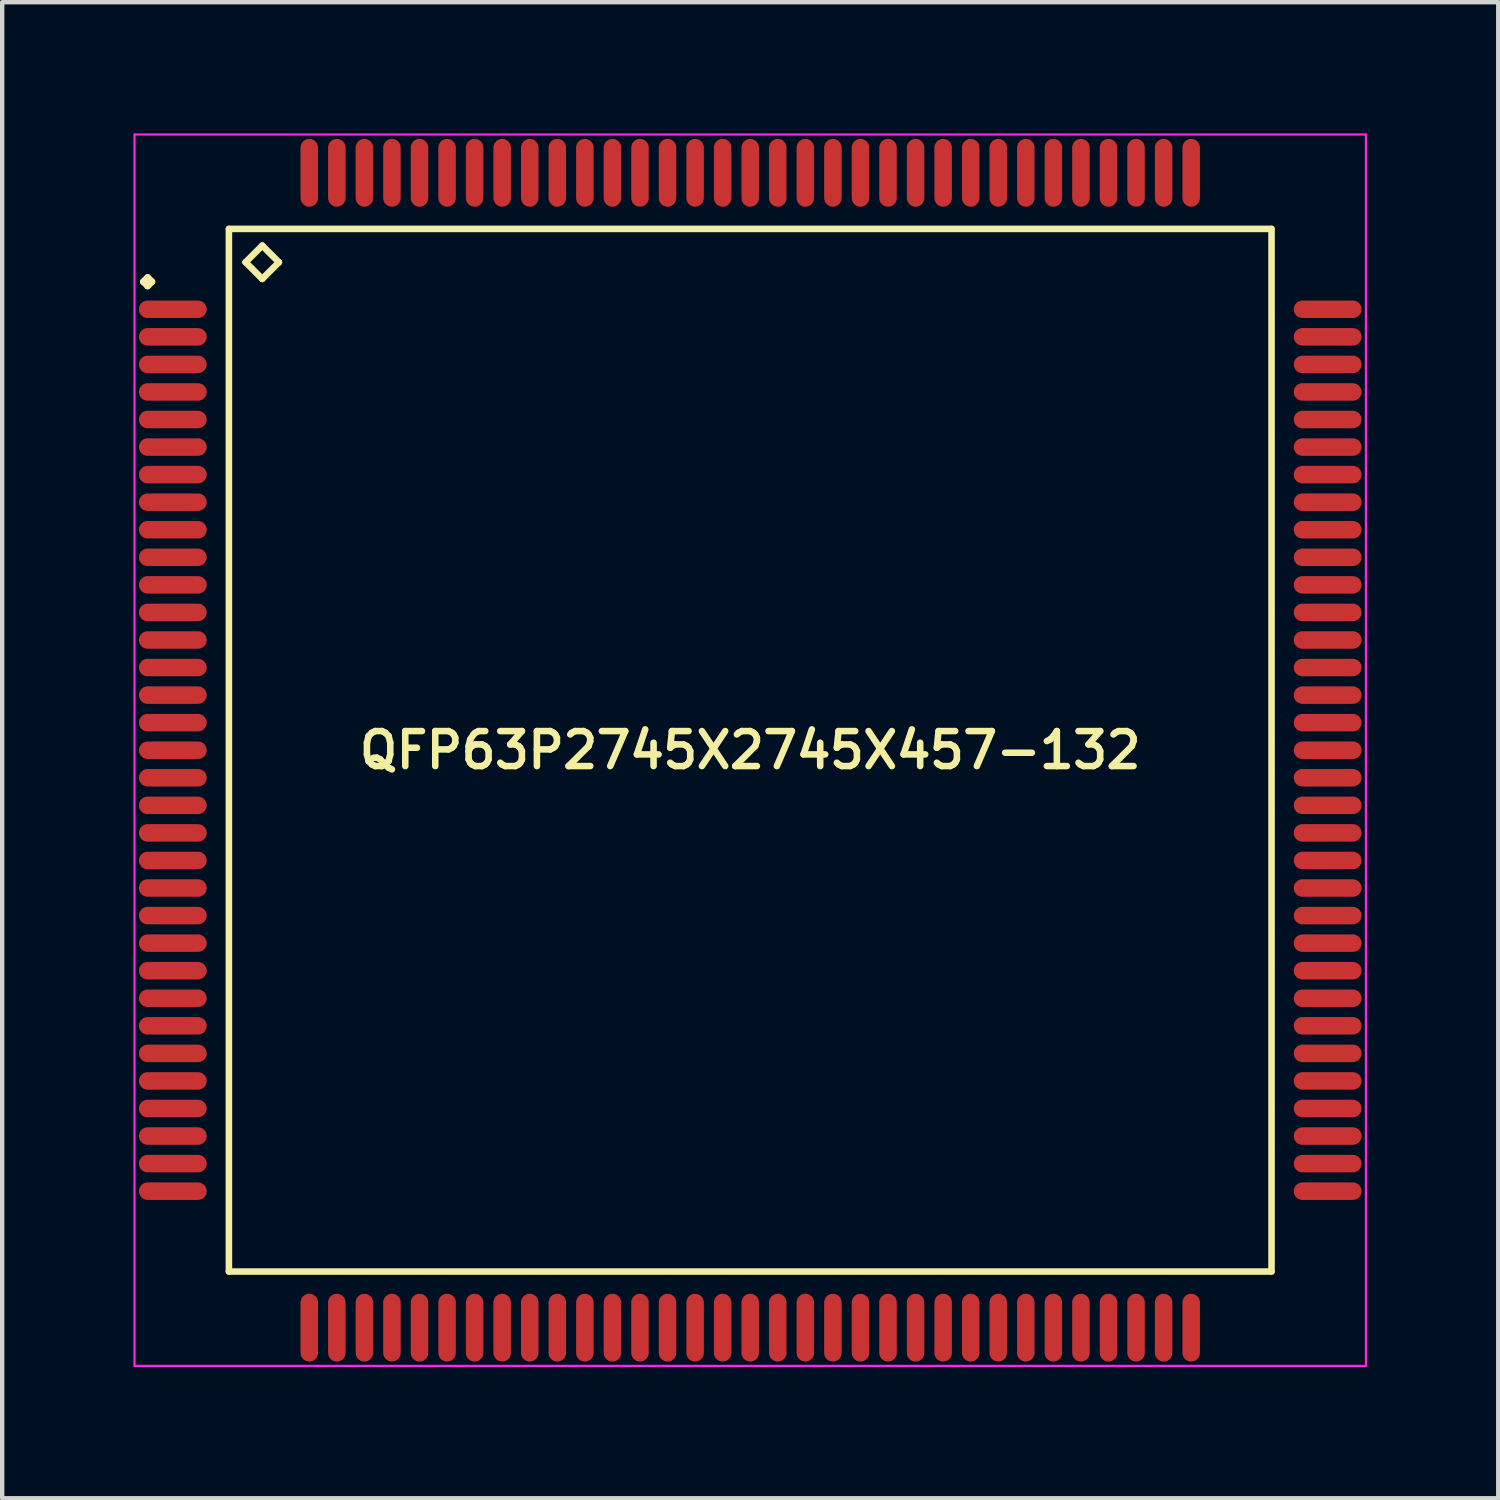
<source format=kicad_pcb>
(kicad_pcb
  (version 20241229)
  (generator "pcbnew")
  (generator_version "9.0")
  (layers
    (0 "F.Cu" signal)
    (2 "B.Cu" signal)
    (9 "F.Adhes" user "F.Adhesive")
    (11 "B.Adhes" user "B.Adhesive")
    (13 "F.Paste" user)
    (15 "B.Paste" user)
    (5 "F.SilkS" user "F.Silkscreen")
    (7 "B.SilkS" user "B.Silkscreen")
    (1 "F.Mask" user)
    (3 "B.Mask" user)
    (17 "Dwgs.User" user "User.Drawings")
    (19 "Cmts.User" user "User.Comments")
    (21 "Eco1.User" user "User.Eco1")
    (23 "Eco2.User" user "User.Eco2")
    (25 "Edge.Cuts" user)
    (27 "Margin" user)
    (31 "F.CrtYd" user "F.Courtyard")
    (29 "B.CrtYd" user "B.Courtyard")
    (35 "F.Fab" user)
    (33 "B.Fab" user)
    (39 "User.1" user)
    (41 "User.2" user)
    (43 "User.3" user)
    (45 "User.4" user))
  (footprint "QFP63P2745X2745X457-132"
    (layer "F.Cu")
    (at 14.1 14.1)
    (property "Reference" "QFP63P2745X2745X457-132" (at 0 0 0) (layer "F.SilkS") (effects (font (size 0.8 0.8) (thickness 0.15))))
    (attr smd)
    (fp_line (start -13.875 -10.71) (end -13.775 -10.81) (stroke (width 0.15) (type solid)) (layer "F.SilkS"))
    (fp_line (start -13.775 -10.81) (end -13.675 -10.71) (stroke (width 0.15) (type solid)) (layer "F.SilkS"))
    (fp_line (start -13.775 -10.61) (end -13.875 -10.71) (stroke (width 0.15) (type solid)) (layer "F.SilkS"))
    (fp_line (start -13.675 -10.71) (end -13.775 -10.61) (stroke (width 0.15) (type solid)) (layer "F.SilkS"))
    (fp_line (start -11.917 -11.917) (end -11.917 11.917) (stroke (width 0.15) (type solid)) (layer "F.SilkS"))
    (fp_line (start -11.917 11.917) (end 11.917 11.917) (stroke (width 0.15) (type solid)) (layer "F.SilkS"))
    (fp_line (start -11.536 -11.155) (end -11.155 -11.536) (stroke (width 0.15) (type solid)) (layer "F.SilkS"))
    (fp_line (start -11.155 -11.536) (end -10.774 -11.155) (stroke (width 0.15) (type solid)) (layer "F.SilkS"))
    (fp_line (start -11.155 -10.774) (end -11.536 -11.155) (stroke (width 0.15) (type solid)) (layer "F.SilkS"))
    (fp_line (start -10.774 -11.155) (end -11.155 -10.774) (stroke (width 0.15) (type solid)) (layer "F.SilkS"))
    (fp_line (start 11.917 -11.917) (end -11.917 -11.917) (stroke (width 0.15) (type solid)) (layer "F.SilkS"))
    (fp_line (start 11.917 11.917) (end 11.917 -11.917) (stroke (width 0.15) (type solid)) (layer "F.SilkS"))
    (fp_line (start -14.075 -14.075) (end 14.075 -14.075) (stroke (width 0.05) (type solid)) (layer "F.CrtYd"))
    (fp_line (start -14.075 14.075) (end -14.075 -14.075) (stroke (width 0.05) (type solid)) (layer "F.CrtYd"))
    (fp_line (start 14.075 -14.075) (end 14.075 14.075) (stroke (width 0.05) (type solid)) (layer "F.CrtYd"))
    (fp_line (start 14.075 14.075) (end -14.075 14.075) (stroke (width 0.05) (type solid)) (layer "F.CrtYd"))
    (pad "1" smd oval (at -13.2 -10.08) (size 1.55 0.4) (layers "F.Cu" "F.Mask" "F.Paste"))
    (pad "2" smd oval (at -13.2 -9.45) (size 1.55 0.4) (layers "F.Cu" "F.Mask" "F.Paste"))
    (pad "3" smd oval (at -13.2 -8.82) (size 1.55 0.4) (layers "F.Cu" "F.Mask" "F.Paste"))
    (pad "4" smd oval (at -13.2 -8.19) (size 1.55 0.4) (layers "F.Cu" "F.Mask" "F.Paste"))
    (pad "5" smd oval (at -13.2 -7.56) (size 1.55 0.4) (layers "F.Cu" "F.Mask" "F.Paste"))
    (pad "6" smd oval (at -13.2 -6.93) (size 1.55 0.4) (layers "F.Cu" "F.Mask" "F.Paste"))
    (pad "7" smd oval (at -13.2 -6.3) (size 1.55 0.4) (layers "F.Cu" "F.Mask" "F.Paste"))
    (pad "8" smd oval (at -13.2 -5.67) (size 1.55 0.4) (layers "F.Cu" "F.Mask" "F.Paste"))
    (pad "9" smd oval (at -13.2 -5.04) (size 1.55 0.4) (layers "F.Cu" "F.Mask" "F.Paste"))
    (pad "10" smd oval (at -13.2 -4.41) (size 1.55 0.4) (layers "F.Cu" "F.Mask" "F.Paste"))
    (pad "11" smd oval (at -13.2 -3.78) (size 1.55 0.4) (layers "F.Cu" "F.Mask" "F.Paste"))
    (pad "12" smd oval (at -13.2 -3.15) (size 1.55 0.4) (layers "F.Cu" "F.Mask" "F.Paste"))
    (pad "13" smd oval (at -13.2 -2.52) (size 1.55 0.4) (layers "F.Cu" "F.Mask" "F.Paste"))
    (pad "14" smd oval (at -13.2 -1.89) (size 1.55 0.4) (layers "F.Cu" "F.Mask" "F.Paste"))
    (pad "15" smd oval (at -13.2 -1.26) (size 1.55 0.4) (layers "F.Cu" "F.Mask" "F.Paste"))
    (pad "16" smd oval (at -13.2 -0.63) (size 1.55 0.4) (layers "F.Cu" "F.Mask" "F.Paste"))
    (pad "17" smd oval (at -13.2 0) (size 1.55 0.4) (layers "F.Cu" "F.Mask" "F.Paste"))
    (pad "18" smd oval (at -13.2 0.63) (size 1.55 0.4) (layers "F.Cu" "F.Mask" "F.Paste"))
    (pad "19" smd oval (at -13.2 1.26) (size 1.55 0.4) (layers "F.Cu" "F.Mask" "F.Paste"))
    (pad "20" smd oval (at -13.2 1.89) (size 1.55 0.4) (layers "F.Cu" "F.Mask" "F.Paste"))
    (pad "21" smd oval (at -13.2 2.52) (size 1.55 0.4) (layers "F.Cu" "F.Mask" "F.Paste"))
    (pad "22" smd oval (at -13.2 3.15) (size 1.55 0.4) (layers "F.Cu" "F.Mask" "F.Paste"))
    (pad "23" smd oval (at -13.2 3.78) (size 1.55 0.4) (layers "F.Cu" "F.Mask" "F.Paste"))
    (pad "24" smd oval (at -13.2 4.41) (size 1.55 0.4) (layers "F.Cu" "F.Mask" "F.Paste"))
    (pad "25" smd oval (at -13.2 5.04) (size 1.55 0.4) (layers "F.Cu" "F.Mask" "F.Paste"))
    (pad "26" smd oval (at -13.2 5.67) (size 1.55 0.4) (layers "F.Cu" "F.Mask" "F.Paste"))
    (pad "27" smd oval (at -13.2 6.3) (size 1.55 0.4) (layers "F.Cu" "F.Mask" "F.Paste"))
    (pad "28" smd oval (at -13.2 6.93) (size 1.55 0.4) (layers "F.Cu" "F.Mask" "F.Paste"))
    (pad "29" smd oval (at -13.2 7.56) (size 1.55 0.4) (layers "F.Cu" "F.Mask" "F.Paste"))
    (pad "30" smd oval (at -13.2 8.19) (size 1.55 0.4) (layers "F.Cu" "F.Mask" "F.Paste"))
    (pad "31" smd oval (at -13.2 8.82) (size 1.55 0.4) (layers "F.Cu" "F.Mask" "F.Paste"))
    (pad "32" smd oval (at -13.2 9.45) (size 1.55 0.4) (layers "F.Cu" "F.Mask" "F.Paste"))
    (pad "33" smd oval (at -13.2 10.08) (size 1.55 0.4) (layers "F.Cu" "F.Mask" "F.Paste"))
    (pad "34" smd oval (at -10.08 13.2) (size 0.4 1.55) (layers "F.Cu" "F.Mask" "F.Paste"))
    (pad "35" smd oval (at -9.45 13.2) (size 0.4 1.55) (layers "F.Cu" "F.Mask" "F.Paste"))
    (pad "36" smd oval (at -8.82 13.2) (size 0.4 1.55) (layers "F.Cu" "F.Mask" "F.Paste"))
    (pad "37" smd oval (at -8.19 13.2) (size 0.4 1.55) (layers "F.Cu" "F.Mask" "F.Paste"))
    (pad "38" smd oval (at -7.56 13.2) (size 0.4 1.55) (layers "F.Cu" "F.Mask" "F.Paste"))
    (pad "39" smd oval (at -6.93 13.2) (size 0.4 1.55) (layers "F.Cu" "F.Mask" "F.Paste"))
    (pad "40" smd oval (at -6.3 13.2) (size 0.4 1.55) (layers "F.Cu" "F.Mask" "F.Paste"))
    (pad "41" smd oval (at -5.67 13.2) (size 0.4 1.55) (layers "F.Cu" "F.Mask" "F.Paste"))
    (pad "42" smd oval (at -5.04 13.2) (size 0.4 1.55) (layers "F.Cu" "F.Mask" "F.Paste"))
    (pad "43" smd oval (at -4.41 13.2) (size 0.4 1.55) (layers "F.Cu" "F.Mask" "F.Paste"))
    (pad "44" smd oval (at -3.78 13.2) (size 0.4 1.55) (layers "F.Cu" "F.Mask" "F.Paste"))
    (pad "45" smd oval (at -3.15 13.2) (size 0.4 1.55) (layers "F.Cu" "F.Mask" "F.Paste"))
    (pad "46" smd oval (at -2.52 13.2) (size 0.4 1.55) (layers "F.Cu" "F.Mask" "F.Paste"))
    (pad "47" smd oval (at -1.89 13.2) (size 0.4 1.55) (layers "F.Cu" "F.Mask" "F.Paste"))
    (pad "48" smd oval (at -1.26 13.2) (size 0.4 1.55) (layers "F.Cu" "F.Mask" "F.Paste"))
    (pad "49" smd oval (at -0.63 13.2) (size 0.4 1.55) (layers "F.Cu" "F.Mask" "F.Paste"))
    (pad "50" smd oval (at 0 13.2) (size 0.4 1.55) (layers "F.Cu" "F.Mask" "F.Paste"))
    (pad "51" smd oval (at 0.63 13.2) (size 0.4 1.55) (layers "F.Cu" "F.Mask" "F.Paste"))
    (pad "52" smd oval (at 1.26 13.2) (size 0.4 1.55) (layers "F.Cu" "F.Mask" "F.Paste"))
    (pad "53" smd oval (at 1.89 13.2) (size 0.4 1.55) (layers "F.Cu" "F.Mask" "F.Paste"))
    (pad "54" smd oval (at 2.52 13.2) (size 0.4 1.55) (layers "F.Cu" "F.Mask" "F.Paste"))
    (pad "55" smd oval (at 3.15 13.2) (size 0.4 1.55) (layers "F.Cu" "F.Mask" "F.Paste"))
    (pad "56" smd oval (at 3.78 13.2) (size 0.4 1.55) (layers "F.Cu" "F.Mask" "F.Paste"))
    (pad "57" smd oval (at 4.41 13.2) (size 0.4 1.55) (layers "F.Cu" "F.Mask" "F.Paste"))
    (pad "58" smd oval (at 5.04 13.2) (size 0.4 1.55) (layers "F.Cu" "F.Mask" "F.Paste"))
    (pad "59" smd oval (at 5.67 13.2) (size 0.4 1.55) (layers "F.Cu" "F.Mask" "F.Paste"))
    (pad "60" smd oval (at 6.3 13.2) (size 0.4 1.55) (layers "F.Cu" "F.Mask" "F.Paste"))
    (pad "61" smd oval (at 6.93 13.2) (size 0.4 1.55) (layers "F.Cu" "F.Mask" "F.Paste"))
    (pad "62" smd oval (at 7.56 13.2) (size 0.4 1.55) (layers "F.Cu" "F.Mask" "F.Paste"))
    (pad "63" smd oval (at 8.19 13.2) (size 0.4 1.55) (layers "F.Cu" "F.Mask" "F.Paste"))
    (pad "64" smd oval (at 8.82 13.2) (size 0.4 1.55) (layers "F.Cu" "F.Mask" "F.Paste"))
    (pad "65" smd oval (at 9.45 13.2) (size 0.4 1.55) (layers "F.Cu" "F.Mask" "F.Paste"))
    (pad "66" smd oval (at 10.08 13.2) (size 0.4 1.55) (layers "F.Cu" "F.Mask" "F.Paste"))
    (pad "67" smd oval (at 13.2 10.08) (size 1.55 0.4) (layers "F.Cu" "F.Mask" "F.Paste"))
    (pad "68" smd oval (at 13.2 9.45) (size 1.55 0.4) (layers "F.Cu" "F.Mask" "F.Paste"))
    (pad "69" smd oval (at 13.2 8.82) (size 1.55 0.4) (layers "F.Cu" "F.Mask" "F.Paste"))
    (pad "70" smd oval (at 13.2 8.19) (size 1.55 0.4) (layers "F.Cu" "F.Mask" "F.Paste"))
    (pad "71" smd oval (at 13.2 7.56) (size 1.55 0.4) (layers "F.Cu" "F.Mask" "F.Paste"))
    (pad "72" smd oval (at 13.2 6.93) (size 1.55 0.4) (layers "F.Cu" "F.Mask" "F.Paste"))
    (pad "73" smd oval (at 13.2 6.3) (size 1.55 0.4) (layers "F.Cu" "F.Mask" "F.Paste"))
    (pad "74" smd oval (at 13.2 5.67) (size 1.55 0.4) (layers "F.Cu" "F.Mask" "F.Paste"))
    (pad "75" smd oval (at 13.2 5.04) (size 1.55 0.4) (layers "F.Cu" "F.Mask" "F.Paste"))
    (pad "76" smd oval (at 13.2 4.41) (size 1.55 0.4) (layers "F.Cu" "F.Mask" "F.Paste"))
    (pad "77" smd oval (at 13.2 3.78) (size 1.55 0.4) (layers "F.Cu" "F.Mask" "F.Paste"))
    (pad "78" smd oval (at 13.2 3.15) (size 1.55 0.4) (layers "F.Cu" "F.Mask" "F.Paste"))
    (pad "79" smd oval (at 13.2 2.52) (size 1.55 0.4) (layers "F.Cu" "F.Mask" "F.Paste"))
    (pad "80" smd oval (at 13.2 1.89) (size 1.55 0.4) (layers "F.Cu" "F.Mask" "F.Paste"))
    (pad "81" smd oval (at 13.2 1.26) (size 1.55 0.4) (layers "F.Cu" "F.Mask" "F.Paste"))
    (pad "82" smd oval (at 13.2 0.63) (size 1.55 0.4) (layers "F.Cu" "F.Mask" "F.Paste"))
    (pad "83" smd oval (at 13.2 0) (size 1.55 0.4) (layers "F.Cu" "F.Mask" "F.Paste"))
    (pad "84" smd oval (at 13.2 -0.63) (size 1.55 0.4) (layers "F.Cu" "F.Mask" "F.Paste"))
    (pad "85" smd oval (at 13.2 -1.26) (size 1.55 0.4) (layers "F.Cu" "F.Mask" "F.Paste"))
    (pad "86" smd oval (at 13.2 -1.89) (size 1.55 0.4) (layers "F.Cu" "F.Mask" "F.Paste"))
    (pad "87" smd oval (at 13.2 -2.52) (size 1.55 0.4) (layers "F.Cu" "F.Mask" "F.Paste"))
    (pad "88" smd oval (at 13.2 -3.15) (size 1.55 0.4) (layers "F.Cu" "F.Mask" "F.Paste"))
    (pad "89" smd oval (at 13.2 -3.78) (size 1.55 0.4) (layers "F.Cu" "F.Mask" "F.Paste"))
    (pad "90" smd oval (at 13.2 -4.41) (size 1.55 0.4) (layers "F.Cu" "F.Mask" "F.Paste"))
    (pad "91" smd oval (at 13.2 -5.04) (size 1.55 0.4) (layers "F.Cu" "F.Mask" "F.Paste"))
    (pad "92" smd oval (at 13.2 -5.67) (size 1.55 0.4) (layers "F.Cu" "F.Mask" "F.Paste"))
    (pad "93" smd oval (at 13.2 -6.3) (size 1.55 0.4) (layers "F.Cu" "F.Mask" "F.Paste"))
    (pad "94" smd oval (at 13.2 -6.93) (size 1.55 0.4) (layers "F.Cu" "F.Mask" "F.Paste"))
    (pad "95" smd oval (at 13.2 -7.56) (size 1.55 0.4) (layers "F.Cu" "F.Mask" "F.Paste"))
    (pad "96" smd oval (at 13.2 -8.19) (size 1.55 0.4) (layers "F.Cu" "F.Mask" "F.Paste"))
    (pad "97" smd oval (at 13.2 -8.82) (size 1.55 0.4) (layers "F.Cu" "F.Mask" "F.Paste"))
    (pad "98" smd oval (at 13.2 -9.45) (size 1.55 0.4) (layers "F.Cu" "F.Mask" "F.Paste"))
    (pad "99" smd oval (at 13.2 -10.08) (size 1.55 0.4) (layers "F.Cu" "F.Mask" "F.Paste"))
    (pad "100" smd oval (at 10.08 -13.2) (size 0.4 1.55) (layers "F.Cu" "F.Mask" "F.Paste"))
    (pad "101" smd oval (at 9.45 -13.2) (size 0.4 1.55) (layers "F.Cu" "F.Mask" "F.Paste"))
    (pad "102" smd oval (at 8.82 -13.2) (size 0.4 1.55) (layers "F.Cu" "F.Mask" "F.Paste"))
    (pad "103" smd oval (at 8.19 -13.2) (size 0.4 1.55) (layers "F.Cu" "F.Mask" "F.Paste"))
    (pad "104" smd oval (at 7.56 -13.2) (size 0.4 1.55) (layers "F.Cu" "F.Mask" "F.Paste"))
    (pad "105" smd oval (at 6.93 -13.2) (size 0.4 1.55) (layers "F.Cu" "F.Mask" "F.Paste"))
    (pad "106" smd oval (at 6.3 -13.2) (size 0.4 1.55) (layers "F.Cu" "F.Mask" "F.Paste"))
    (pad "107" smd oval (at 5.67 -13.2) (size 0.4 1.55) (layers "F.Cu" "F.Mask" "F.Paste"))
    (pad "108" smd oval (at 5.04 -13.2) (size 0.4 1.55) (layers "F.Cu" "F.Mask" "F.Paste"))
    (pad "109" smd oval (at 4.41 -13.2) (size 0.4 1.55) (layers "F.Cu" "F.Mask" "F.Paste"))
    (pad "110" smd oval (at 3.78 -13.2) (size 0.4 1.55) (layers "F.Cu" "F.Mask" "F.Paste"))
    (pad "111" smd oval (at 3.15 -13.2) (size 0.4 1.55) (layers "F.Cu" "F.Mask" "F.Paste"))
    (pad "112" smd oval (at 2.52 -13.2) (size 0.4 1.55) (layers "F.Cu" "F.Mask" "F.Paste"))
    (pad "113" smd oval (at 1.89 -13.2) (size 0.4 1.55) (layers "F.Cu" "F.Mask" "F.Paste"))
    (pad "114" smd oval (at 1.26 -13.2) (size 0.4 1.55) (layers "F.Cu" "F.Mask" "F.Paste"))
    (pad "115" smd oval (at 0.63 -13.2) (size 0.4 1.55) (layers "F.Cu" "F.Mask" "F.Paste"))
    (pad "116" smd oval (at 0 -13.2) (size 0.4 1.55) (layers "F.Cu" "F.Mask" "F.Paste"))
    (pad "117" smd oval (at -0.63 -13.2) (size 0.4 1.55) (layers "F.Cu" "F.Mask" "F.Paste"))
    (pad "118" smd oval (at -1.26 -13.2) (size 0.4 1.55) (layers "F.Cu" "F.Mask" "F.Paste"))
    (pad "119" smd oval (at -1.89 -13.2) (size 0.4 1.55) (layers "F.Cu" "F.Mask" "F.Paste"))
    (pad "120" smd oval (at -2.52 -13.2) (size 0.4 1.55) (layers "F.Cu" "F.Mask" "F.Paste"))
    (pad "121" smd oval (at -3.15 -13.2) (size 0.4 1.55) (layers "F.Cu" "F.Mask" "F.Paste"))
    (pad "122" smd oval (at -3.78 -13.2) (size 0.4 1.55) (layers "F.Cu" "F.Mask" "F.Paste"))
    (pad "123" smd oval (at -4.41 -13.2) (size 0.4 1.55) (layers "F.Cu" "F.Mask" "F.Paste"))
    (pad "124" smd oval (at -5.04 -13.2) (size 0.4 1.55) (layers "F.Cu" "F.Mask" "F.Paste"))
    (pad "125" smd oval (at -5.67 -13.2) (size 0.4 1.55) (layers "F.Cu" "F.Mask" "F.Paste"))
    (pad "126" smd oval (at -6.3 -13.2) (size 0.4 1.55) (layers "F.Cu" "F.Mask" "F.Paste"))
    (pad "127" smd oval (at -6.93 -13.2) (size 0.4 1.55) (layers "F.Cu" "F.Mask" "F.Paste"))
    (pad "128" smd oval (at -7.56 -13.2) (size 0.4 1.55) (layers "F.Cu" "F.Mask" "F.Paste"))
    (pad "129" smd oval (at -8.19 -13.2) (size 0.4 1.55) (layers "F.Cu" "F.Mask" "F.Paste"))
    (pad "130" smd oval (at -8.82 -13.2) (size 0.4 1.55) (layers "F.Cu" "F.Mask" "F.Paste"))
    (pad "131" smd oval (at -9.45 -13.2) (size 0.4 1.55) (layers "F.Cu" "F.Mask" "F.Paste"))
    (pad "132" smd oval (at -10.08 -13.2) (size 0.4 1.55) (layers "F.Cu" "F.Mask" "F.Paste")))
  (gr_rect
    (start -3 -3)
    (end 31.2 31.2)
    (stroke (width 0.1) (type default))
    (fill no)
    (layer "Edge.Cuts")))
</source>
